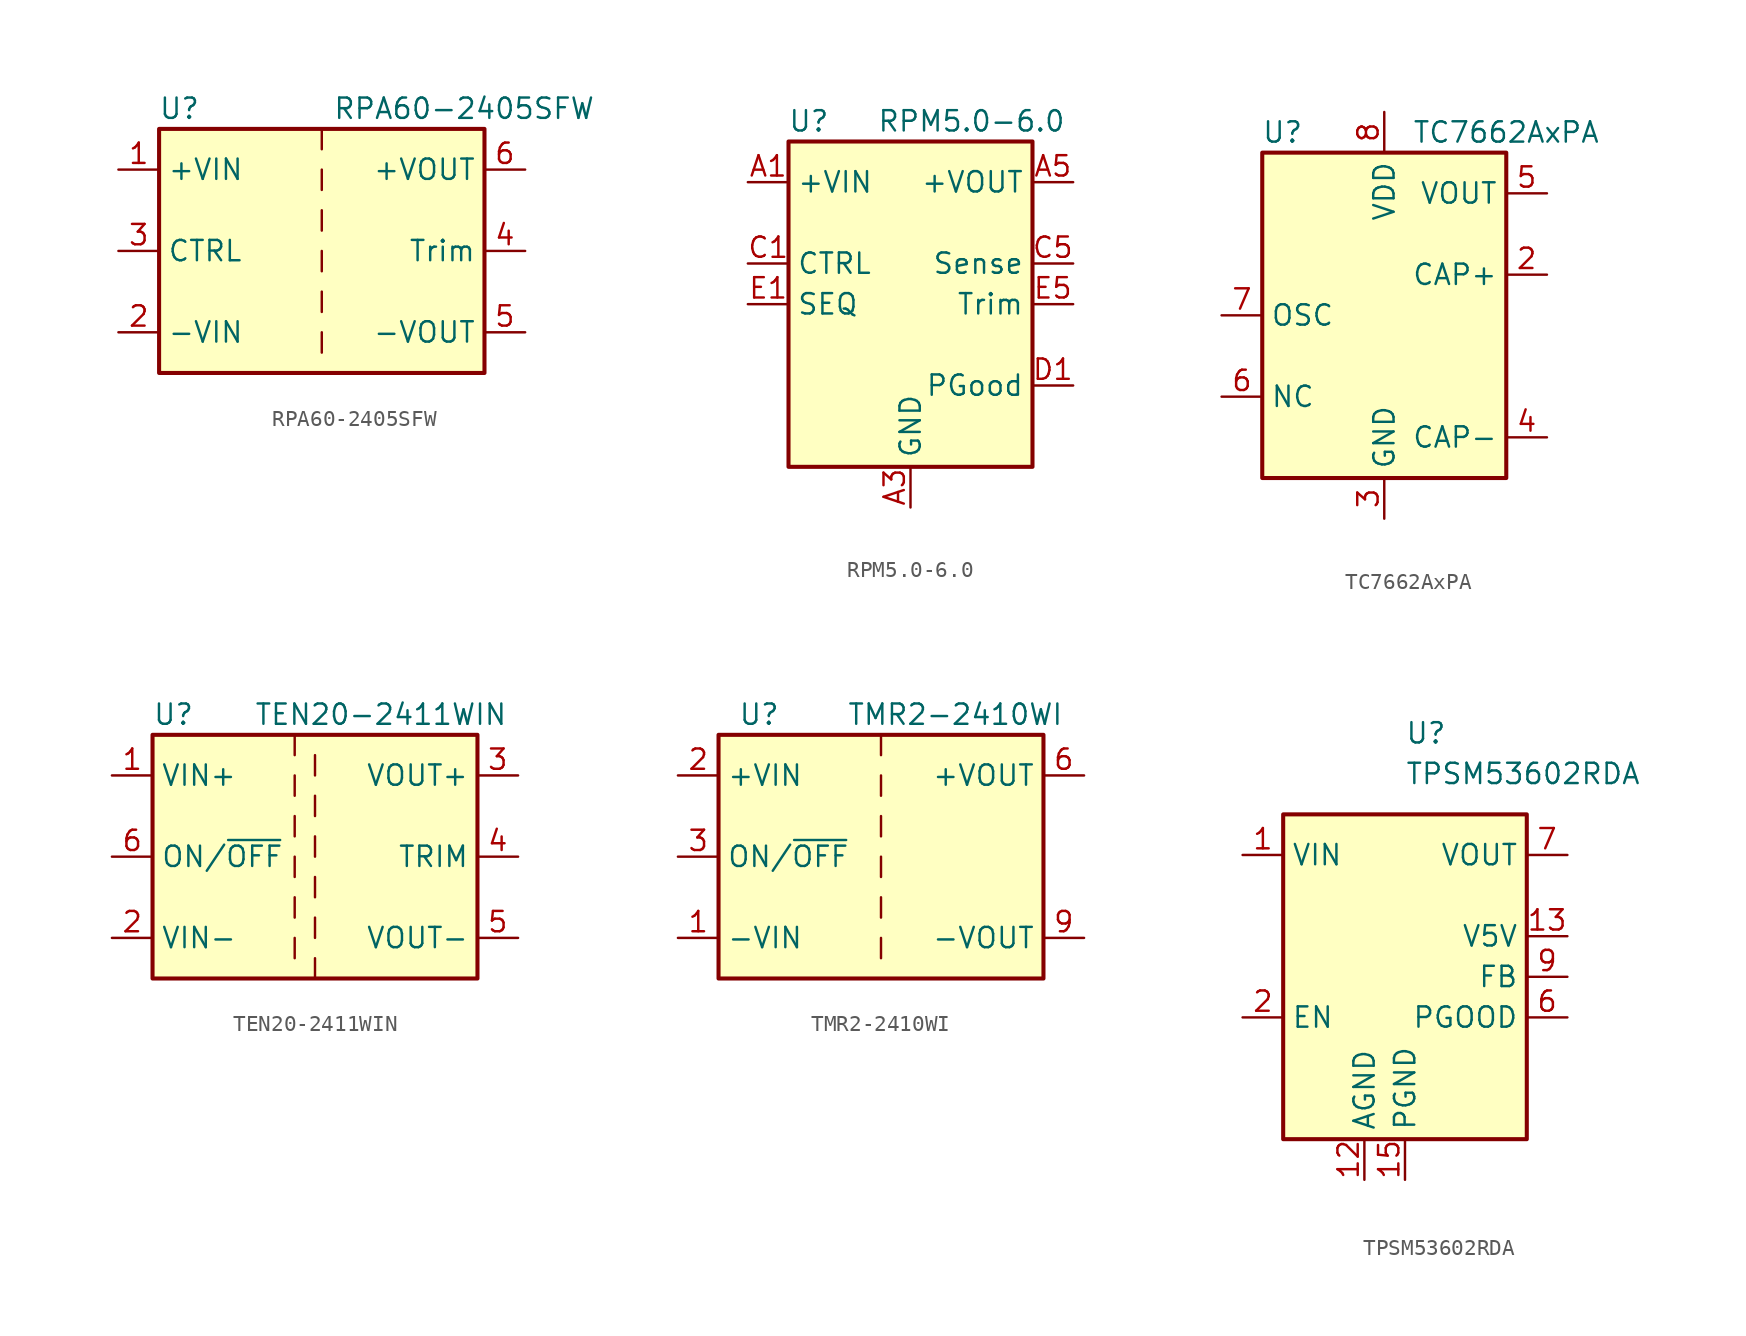
<source format=kicad_sym>
(kicad_symbol_lib
  (version 20220914)
  (generator kicad_symbol_editor)
  (symbol "RPA60-2405SFW"
    (property "Reference" "U"
      (at -8.89 8.89 0)
      (effects (font (size 1.27 1.27))))
    (property "Value" "RPA60-2405SFW"
      (at 8.89 8.89 0)
      (effects (font (size 1.27 1.27))))
    (symbol "RPA60-2405SFW_0_1"
      (rectangle (start -10.16 7.62) (end 10.16 -7.62) (stroke (width 0.254) (type default)) (fill (type background)))
      (polyline (pts (xy 0 -5.08) (xy 0 -6.35)) (stroke (width 0) (type default)) (fill (type none)))
      (polyline (pts (xy 0 -2.54) (xy 0 -3.81)) (stroke (width 0) (type default)) (fill (type none)))
      (polyline (pts (xy 0 0) (xy 0 -1.27)) (stroke (width 0) (type default)) (fill (type none)))
      (polyline (pts (xy 0 2.54) (xy 0 1.27)) (stroke (width 0) (type default)) (fill (type none)))
      (polyline (pts (xy 0 5.08) (xy 0 3.81)) (stroke (width 0) (type default)) (fill (type none)))
      (polyline (pts (xy 0 7.62) (xy 0 6.35)) (stroke (width 0) (type default)) (fill (type none))))
    (symbol "RPA60-2405SFW_1_1"
      (pin power_in line (at -12.7 5.08 0) (length 2.54) (name "+VIN" (effects (font (size 1.27 1.27)))) (number "1" (effects (font (size 1.27 1.27)))))
      (pin power_in line (at -12.7 -5.08 0) (length 2.54) (name "-VIN" (effects (font (size 1.27 1.27)))) (number "2" (effects (font (size 1.27 1.27)))))
      (pin input line (at -12.7 0 0) (length 2.54) (name "CTRL" (effects (font (size 1.27 1.27)))) (number "3" (effects (font (size 1.27 1.27)))))
      (pin input line (at 12.7 0 180) (length 2.54) (name "Trim" (effects (font (size 1.27 1.27)))) (number "4" (effects (font (size 1.27 1.27)))))
      (pin power_out line (at 12.7 -5.08 180) (length 2.54) (name "-VOUT" (effects (font (size 1.27 1.27)))) (number "5" (effects (font (size 1.27 1.27)))))
      (pin power_out line (at 12.7 5.08 180) (length 2.54) (name "+VOUT" (effects (font (size 1.27 1.27)))) (number "6" (effects (font (size 1.27 1.27)))))))
  (symbol "RPM5.0-6.0"
    (property "Reference" "U"
      (at -6.35 11.43 0)
      (effects (font (size 1.27 1.27))))
    (property "Value" "RPM5.0-6.0"
      (at 3.81 11.43 0)
      (effects (font (size 1.27 1.27))))
    (symbol "RPM5.0-6.0_0_1"
      (rectangle (start -7.62 10.16) (end 7.62 -10.16) (stroke (width 0.254) (type default)) (fill (type background))))
    (symbol "RPM5.0-6.0_1_1"
      (pin power_in line (at -10.16 7.62 0) (length 2.54) (name "+VIN" (effects (font (size 1.27 1.27)))) (number "A1" (effects (font (size 1.27 1.27)))))
      (pin passive line (at -10.16 7.62 0) (length 2.54) hide (name "+VIN" (effects (font (size 1.27 1.27)))) (number "A2" (effects (font (size 1.27 1.27)))))
      (pin power_in line (at 0 -12.7 90) (length 2.54) (name "GND" (effects (font (size 1.27 1.27)))) (number "A3" (effects (font (size 1.27 1.27)))))
      (pin passive line (at 0 -12.7 90) (length 2.54) hide (name "GND" (effects (font (size 1.27 1.27)))) (number "A4" (effects (font (size 1.27 1.27)))))
      (pin power_out line (at 10.16 7.62 180) (length 2.54) (name "+VOUT" (effects (font (size 1.27 1.27)))) (number "A5" (effects (font (size 1.27 1.27)))))
      (pin passive line (at 0 -12.7 90) (length 2.54) hide (name "GND" (effects (font (size 1.27 1.27)))) (number "B1" (effects (font (size 1.27 1.27)))))
      (pin passive line (at 0 -12.7 90) (length 2.54) hide (name "GND" (effects (font (size 1.27 1.27)))) (number "B2" (effects (font (size 1.27 1.27)))))
      (pin passive line (at 0 -12.7 90) (length 2.54) hide (name "GND" (effects (font (size 1.27 1.27)))) (number "B3" (effects (font (size 1.27 1.27)))))
      (pin passive line (at 0 -12.7 90) (length 2.54) hide (name "GND" (effects (font (size 1.27 1.27)))) (number "B4" (effects (font (size 1.27 1.27)))))
      (pin passive line (at 10.16 7.62 180) (length 2.54) hide (name "+VOUT" (effects (font (size 1.27 1.27)))) (number "B5" (effects (font (size 1.27 1.27)))))
      (pin input line (at -10.16 2.54 0) (length 2.54) (name "CTRL" (effects (font (size 1.27 1.27)))) (number "C1" (effects (font (size 1.27 1.27)))))
      (pin passive line (at 0 -12.7 90) (length 2.54) hide (name "GND" (effects (font (size 1.27 1.27)))) (number "C2" (effects (font (size 1.27 1.27)))))
      (pin passive line (at 0 -12.7 90) (length 2.54) hide (name "GND" (effects (font (size 1.27 1.27)))) (number "C3" (effects (font (size 1.27 1.27)))))
      (pin passive line (at 0 -12.7 90) (length 2.54) hide (name "GND" (effects (font (size 1.27 1.27)))) (number "C4" (effects (font (size 1.27 1.27)))))
      (pin input line (at 10.16 2.54 180) (length 2.54) (name "Sense" (effects (font (size 1.27 1.27)))) (number "C5" (effects (font (size 1.27 1.27)))))
      (pin output line (at 10.16 -5.08 180) (length 2.54) (name "PGood" (effects (font (size 1.27 1.27)))) (number "D1" (effects (font (size 1.27 1.27)))))
      (pin passive line (at 0 -12.7 90) (length 2.54) hide (name "GND" (effects (font (size 1.27 1.27)))) (number "D2" (effects (font (size 1.27 1.27)))))
      (pin passive line (at 0 -12.7 90) (length 2.54) hide (name "GND" (effects (font (size 1.27 1.27)))) (number "D3" (effects (font (size 1.27 1.27)))))
      (pin passive line (at 0 -12.7 90) (length 2.54) hide (name "GND" (effects (font (size 1.27 1.27)))) (number "D4" (effects (font (size 1.27 1.27)))))
      (pin passive line (at 0 -12.7 90) (length 2.54) hide (name "GND" (effects (font (size 1.27 1.27)))) (number "D5" (effects (font (size 1.27 1.27)))))
      (pin passive line (at -10.16 0 0) (length 2.54) (name "SEQ" (effects (font (size 1.27 1.27)))) (number "E1" (effects (font (size 1.27 1.27)))))
      (pin no_connect line (at -7.62 -5.08 0) (length 2.54) hide (name "NC" (effects (font (size 1.27 1.27)))) (number "E2" (effects (font (size 1.27 1.27)))))
      (pin passive line (at 0 -12.7 90) (length 2.54) hide (name "GND" (effects (font (size 1.27 1.27)))) (number "E3" (effects (font (size 1.27 1.27)))))
      (pin passive line (at 0 -12.7 90) (length 2.54) hide (name "GND" (effects (font (size 1.27 1.27)))) (number "E4" (effects (font (size 1.27 1.27)))))
      (pin input line (at 10.16 0 180) (length 2.54) (name "Trim" (effects (font (size 1.27 1.27)))) (number "E5" (effects (font (size 1.27 1.27)))))))
  (symbol "TC7662AxPA"
    (property "Reference" "U"
      (at -6.35 11.43 0)
      (effects (font (size 1.27 1.27))))
    (property "Value" "TC7662AxPA"
      (at 7.62 11.43 0)
      (effects (font (size 1.27 1.27))))
    (symbol "TC7662AxPA_0_1"
      (rectangle (start -7.62 10.16) (end 7.62 -10.16) (stroke (width 0.254) (type default)) (fill (type background))))
    (symbol "TC7662AxPA_1_1"
      (pin no_connect line (at -7.62 5.08 0) (length 2.54) hide (name "NC" (effects (font (size 1.27 1.27)))) (number "1" (effects (font (size 1.27 1.27)))))
      (pin passive line (at 10.16 2.54 180) (length 2.54) (name "CAP+" (effects (font (size 1.27 1.27)))) (number "2" (effects (font (size 1.27 1.27)))))
      (pin power_in line (at 0 -12.7 90) (length 2.54) (name "GND" (effects (font (size 1.27 1.27)))) (number "3" (effects (font (size 1.27 1.27)))))
      (pin passive line (at 10.16 -7.62 180) (length 2.54) (name "CAP-" (effects (font (size 1.27 1.27)))) (number "4" (effects (font (size 1.27 1.27)))))
      (pin power_out line (at 10.16 7.62 180) (length 2.54) (name "VOUT" (effects (font (size 1.27 1.27)))) (number "5" (effects (font (size 1.27 1.27)))))
      (pin passive line (at -10.16 -5.08 0) (length 2.54) (name "NC" (effects (font (size 1.27 1.27)))) (number "6" (effects (font (size 1.27 1.27)))))
      (pin passive line (at -10.16 0 0) (length 2.54) (name "OSC" (effects (font (size 1.27 1.27)))) (number "7" (effects (font (size 1.27 1.27)))))
      (pin power_in line (at 0 12.7 270) (length 2.54) (name "VDD" (effects (font (size 1.27 1.27)))) (number "8" (effects (font (size 1.27 1.27)))))))
  (symbol "TEN20-2411WIN"
    (property "Reference" "U"
      (at -10.16 8.89 0)
      (effects (font (size 1.27 1.27)) (justify left)))
    (property "Value" "TEN20-2411WIN"
      (at -3.81 8.89 0)
      (effects (font (size 1.27 1.27)) (justify left)))
    (symbol "TEN20-2411WIN_0_1"
      (rectangle (start -10.16 7.62) (end 10.16 -7.62) (stroke (width 0.254) (type default)) (fill (type background)))
      (polyline (pts (xy -1.27 -5.08) (xy -1.27 -6.35)) (stroke (width 0) (type default)) (fill (type none)))
      (polyline (pts (xy -1.27 -2.54) (xy -1.27 -3.81)) (stroke (width 0) (type default)) (fill (type none)))
      (polyline (pts (xy -1.27 0) (xy -1.27 -1.27)) (stroke (width 0) (type default)) (fill (type none)))
      (polyline (pts (xy -1.27 2.54) (xy -1.27 1.27)) (stroke (width 0) (type default)) (fill (type none)))
      (polyline (pts (xy -1.27 5.08) (xy -1.27 3.81)) (stroke (width 0) (type default)) (fill (type none)))
      (polyline (pts (xy -1.27 7.62) (xy -1.27 6.35)) (stroke (width 0) (type default)) (fill (type none)))
      (polyline (pts (xy 0 -7.62) (xy 0 -6.35)) (stroke (width 0) (type default)) (fill (type none)))
      (polyline (pts (xy 0 -5.08) (xy 0 -3.81)) (stroke (width 0) (type default)) (fill (type none)))
      (polyline (pts (xy 0 -1.27) (xy 0 -2.54)) (stroke (width 0) (type default)) (fill (type none)))
      (polyline (pts (xy 0 0) (xy 0 1.27)) (stroke (width 0) (type default)) (fill (type none)))
      (polyline (pts (xy 0 2.54) (xy 0 3.81)) (stroke (width 0) (type default)) (fill (type none)))
      (polyline (pts (xy 0 5.08) (xy 0 6.35)) (stroke (width 0) (type default)) (fill (type none))))
    (symbol "TEN20-2411WIN_1_1"
      (pin power_in line (at -12.7 5.08 0) (length 2.54) (name "VIN+" (effects (font (size 1.27 1.27)))) (number "1" (effects (font (size 1.27 1.27)))))
      (pin power_in line (at -12.7 -5.08 0) (length 2.54) (name "VIN-" (effects (font (size 1.27 1.27)))) (number "2" (effects (font (size 1.27 1.27)))))
      (pin power_out line (at 12.7 5.08 180) (length 2.54) (name "VOUT+" (effects (font (size 1.27 1.27)))) (number "3" (effects (font (size 1.27 1.27)))))
      (pin passive line (at 12.7 0 180) (length 2.54) (name "TRIM" (effects (font (size 1.27 1.27)))) (number "4" (effects (font (size 1.27 1.27)))))
      (pin power_out line (at 12.7 -5.08 180) (length 2.54) (name "VOUT-" (effects (font (size 1.27 1.27)))) (number "5" (effects (font (size 1.27 1.27)))))
      (pin input line (at -12.7 0 0) (length 2.54) (name "ON/~{OFF}" (effects (font (size 1.27 1.27)))) (number "6" (effects (font (size 1.27 1.27)))))))
  (symbol "TMR2-2410WI"
    (property "Reference" "U"
      (at -7.62 8.89 0)
      (effects (font (size 1.27 1.27))))
    (property "Value" "TMR2-2410WI"
      (at 11.43 8.89 0)
      (effects (font (size 1.27 1.27)) (justify right)))
    (symbol "TMR2-2410WI_0_1"
      (rectangle (start -10.16 7.62) (end 10.16 -7.62) (stroke (width 0.254) (type default)) (fill (type background)))
      (polyline (pts (xy 0 -5.08) (xy 0 -6.35)) (stroke (width 0) (type default)) (fill (type none)))
      (polyline (pts (xy 0 -2.54) (xy 0 -3.81)) (stroke (width 0) (type default)) (fill (type none)))
      (polyline (pts (xy 0 0) (xy 0 -1.27)) (stroke (width 0) (type default)) (fill (type none)))
      (polyline (pts (xy 0 2.54) (xy 0 1.27)) (stroke (width 0) (type default)) (fill (type none)))
      (polyline (pts (xy 0 5.08) (xy 0 3.81)) (stroke (width 0) (type default)) (fill (type none)))
      (polyline (pts (xy 0 7.62) (xy 0 6.35)) (stroke (width 0) (type default)) (fill (type none))))
    (symbol "TMR2-2410WI_1_1"
      (pin power_in line (at -12.7 -5.08 0) (length 2.54) (name "-VIN" (effects (font (size 1.27 1.27)))) (number "1" (effects (font (size 1.27 1.27)))))
      (pin power_in line (at -12.7 5.08 0) (length 2.54) (name "+VIN" (effects (font (size 1.27 1.27)))) (number "2" (effects (font (size 1.27 1.27)))))
      (pin input line (at -12.7 0 0) (length 2.54) (name "ON/~{OFF}" (effects (font (size 1.27 1.27)))) (number "3" (effects (font (size 1.27 1.27)))))
      (pin power_out line (at 12.7 5.08 180) (length 2.54) (name "+VOUT" (effects (font (size 1.27 1.27)))) (number "6" (effects (font (size 1.27 1.27)))))
      (pin no_connect line (at 10.16 2.54 180) (length 2.54) hide (name "NC" (effects (font (size 1.27 1.27)))) (number "7" (effects (font (size 1.27 1.27)))))
      (pin no_connect line (at 10.16 0 180) (length 2.54) hide (name "NC" (effects (font (size 1.27 1.27)))) (number "8" (effects (font (size 1.27 1.27)))))
      (pin power_out line (at 12.7 -5.08 180) (length 2.54) (name "-VOUT" (effects (font (size 1.27 1.27)))) (number "9" (effects (font (size 1.27 1.27)))))))
  (symbol "TPSM53602RDA"
    (property "Reference" "U"
      (at 0 15.24 0)
      (effects (font (size 1.27 1.27)) (justify left)))
    (property "Value" "TPSM53602RDA"
      (at 0 12.7 0)
      (effects (font (size 1.27 1.27)) (justify left)))
    (symbol "TPSM53602RDA_0_1"
      (rectangle (start 7.62 10.16) (end -7.62 -10.16) (stroke (width 0.254) (type default)) (fill (type background))))
    (symbol "TPSM53602RDA_1_1"
      (pin power_in line (at -10.16 7.62 0) (length 2.54) (name "VIN" (effects (font (size 1.27 1.27)))) (number "1" (effects (font (size 1.27 1.27)))))
      (pin passive line (at 0 -12.7 90) (length 2.54) hide (name "PGND" (effects (font (size 1.27 1.27)))) (number "10" (effects (font (size 1.27 1.27)))))
      (pin passive line (at 0 -12.7 90) (length 2.54) hide (name "PGND" (effects (font (size 1.27 1.27)))) (number "11" (effects (font (size 1.27 1.27)))))
      (pin power_in line (at -2.54 -12.7 90) (length 2.54) (name "AGND" (effects (font (size 1.27 1.27)))) (number "12" (effects (font (size 1.27 1.27)))))
      (pin output line (at 10.16 2.54 180) (length 2.54) (name "V5V" (effects (font (size 1.27 1.27)))) (number "13" (effects (font (size 1.27 1.27)))))
      (pin passive line (at -10.16 7.62 0) (length 2.54) hide (name "VIN" (effects (font (size 1.27 1.27)))) (number "14" (effects (font (size 1.27 1.27)))))
      (pin power_in line (at 0 -12.7 90) (length 2.54) (name "PGND" (effects (font (size 1.27 1.27)))) (number "15" (effects (font (size 1.27 1.27)))))
      (pin input line (at -10.16 -2.54 0) (length 2.54) (name "EN" (effects (font (size 1.27 1.27)))) (number "2" (effects (font (size 1.27 1.27)))))
      (pin passive line (at 0 -12.7 90) (length 2.54) hide (name "PGND" (effects (font (size 1.27 1.27)))) (number "3" (effects (font (size 1.27 1.27)))))
      (pin no_connect line (at -7.62 2.54 0) (length 2.54) hide (name "DNC" (effects (font (size 1.27 1.27)))) (number "4" (effects (font (size 1.27 1.27)))))
      (pin no_connect line (at -7.62 0 0) (length 2.54) hide (name "DNC" (effects (font (size 1.27 1.27)))) (number "5" (effects (font (size 1.27 1.27)))))
      (pin open_collector line (at 10.16 -2.54 180) (length 2.54) (name "PGOOD" (effects (font (size 1.27 1.27)))) (number "6" (effects (font (size 1.27 1.27)))))
      (pin power_out line (at 10.16 7.62 180) (length 2.54) (name "VOUT" (effects (font (size 1.27 1.27)))) (number "7" (effects (font (size 1.27 1.27)))))
      (pin passive line (at 10.16 7.62 180) (length 2.54) hide (name "VOUT" (effects (font (size 1.27 1.27)))) (number "8" (effects (font (size 1.27 1.27)))))
      (pin input line (at 10.16 0 180) (length 2.54) (name "FB" (effects (font (size 1.27 1.27)))) (number "9" (effects (font (size 1.27 1.27))))))))
</source>
